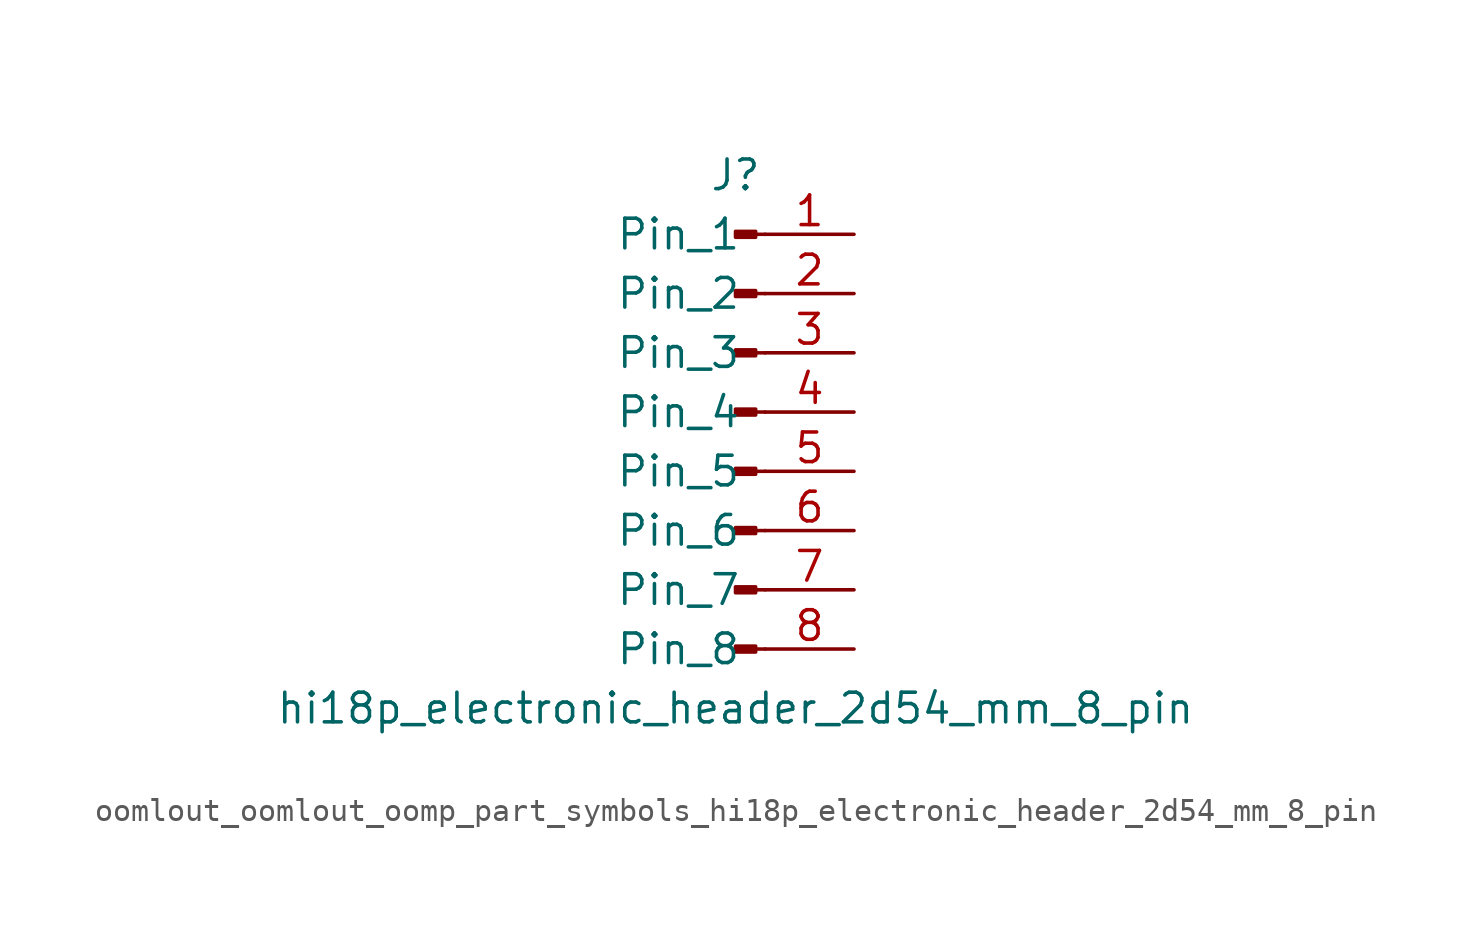
<source format=kicad_sym>
(kicad_symbol_lib
  (version 20220914)
  (generator kicad_symbol_editor)
  (symbol "oomlout_oomlout_oomp_part_symbols_hi18p_electronic_header_2d54_mm_8_pin"
    (pin_names
      (offset 1.016))
    (property "Reference" "J"
      (at 0 10.16 0)
      (effects (font (size 1.27 1.27))))
    (property "Value" "hi18p_electronic_header_2d54_mm_8_pin"
      (at 0 -12.7 0)
      (effects (font (size 1.27 1.27))))
    (property "ki_locked" ""
      (at 0 0 0)
      (effects (font (size 1.27 1.27))))
    (symbol "oomlout_oomlout_oomp_part_symbols_hi18p_electronic_header_2d54_mm_8_pin_1_1"
      (polyline (pts (xy 1.27 -10.16) (xy 0.864 -10.16)) (stroke (width 0.152) (type default)) (fill (type none)))
      (polyline (pts (xy 1.27 -7.62) (xy 0.864 -7.62)) (stroke (width 0.152) (type default)) (fill (type none)))
      (polyline (pts (xy 1.27 -5.08) (xy 0.864 -5.08)) (stroke (width 0.152) (type default)) (fill (type none)))
      (polyline (pts (xy 1.27 -2.54) (xy 0.864 -2.54)) (stroke (width 0.152) (type default)) (fill (type none)))
      (polyline (pts (xy 1.27 0) (xy 0.864 0)) (stroke (width 0.152) (type default)) (fill (type none)))
      (polyline (pts (xy 1.27 2.54) (xy 0.864 2.54)) (stroke (width 0.152) (type default)) (fill (type none)))
      (polyline (pts (xy 1.27 5.08) (xy 0.864 5.08)) (stroke (width 0.152) (type default)) (fill (type none)))
      (polyline (pts (xy 1.27 7.62) (xy 0.864 7.62)) (stroke (width 0.152) (type default)) (fill (type none)))
      (rectangle (start 0.864 -10.033) (end 0 -10.287) (stroke (width 0.152) (type default)) (fill (type outline)))
      (rectangle (start 0.864 -7.493) (end 0 -7.747) (stroke (width 0.152) (type default)) (fill (type outline)))
      (rectangle (start 0.864 -4.953) (end 0 -5.207) (stroke (width 0.152) (type default)) (fill (type outline)))
      (rectangle (start 0.864 -2.413) (end 0 -2.667) (stroke (width 0.152) (type default)) (fill (type outline)))
      (rectangle (start 0.864 0.127) (end 0 -0.127) (stroke (width 0.152) (type default)) (fill (type outline)))
      (rectangle (start 0.864 2.667) (end 0 2.413) (stroke (width 0.152) (type default)) (fill (type outline)))
      (rectangle (start 0.864 5.207) (end 0 4.953) (stroke (width 0.152) (type default)) (fill (type outline)))
      (rectangle (start 0.864 7.747) (end 0 7.493) (stroke (width 0.152) (type default)) (fill (type outline)))
      (pin passive line (at 5.08 7.62 180) (length 3.81) (name "Pin_1" (effects (font (size 1.27 1.27)))) (number "1" (effects (font (size 1.27 1.27)))))
      (pin passive line (at 5.08 5.08 180) (length 3.81) (name "Pin_2" (effects (font (size 1.27 1.27)))) (number "2" (effects (font (size 1.27 1.27)))))
      (pin passive line (at 5.08 2.54 180) (length 3.81) (name "Pin_3" (effects (font (size 1.27 1.27)))) (number "3" (effects (font (size 1.27 1.27)))))
      (pin passive line (at 5.08 0 180) (length 3.81) (name "Pin_4" (effects (font (size 1.27 1.27)))) (number "4" (effects (font (size 1.27 1.27)))))
      (pin passive line (at 5.08 -2.54 180) (length 3.81) (name "Pin_5" (effects (font (size 1.27 1.27)))) (number "5" (effects (font (size 1.27 1.27)))))
      (pin passive line (at 5.08 -5.08 180) (length 3.81) (name "Pin_6" (effects (font (size 1.27 1.27)))) (number "6" (effects (font (size 1.27 1.27)))))
      (pin passive line (at 5.08 -7.62 180) (length 3.81) (name "Pin_7" (effects (font (size 1.27 1.27)))) (number "7" (effects (font (size 1.27 1.27)))))
      (pin passive line (at 5.08 -10.16 180) (length 3.81) (name "Pin_8" (effects (font (size 1.27 1.27)))) (number "8" (effects (font (size 1.27 1.27))))))))
</source>
